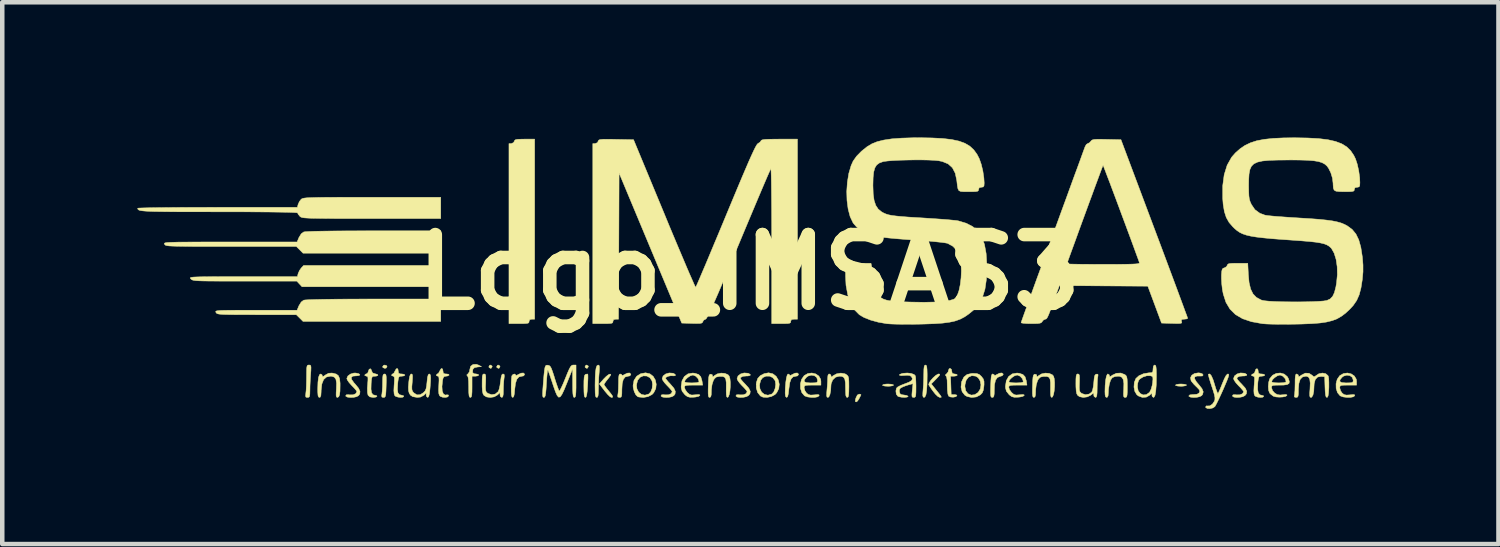
<source format=kicad_pcb>
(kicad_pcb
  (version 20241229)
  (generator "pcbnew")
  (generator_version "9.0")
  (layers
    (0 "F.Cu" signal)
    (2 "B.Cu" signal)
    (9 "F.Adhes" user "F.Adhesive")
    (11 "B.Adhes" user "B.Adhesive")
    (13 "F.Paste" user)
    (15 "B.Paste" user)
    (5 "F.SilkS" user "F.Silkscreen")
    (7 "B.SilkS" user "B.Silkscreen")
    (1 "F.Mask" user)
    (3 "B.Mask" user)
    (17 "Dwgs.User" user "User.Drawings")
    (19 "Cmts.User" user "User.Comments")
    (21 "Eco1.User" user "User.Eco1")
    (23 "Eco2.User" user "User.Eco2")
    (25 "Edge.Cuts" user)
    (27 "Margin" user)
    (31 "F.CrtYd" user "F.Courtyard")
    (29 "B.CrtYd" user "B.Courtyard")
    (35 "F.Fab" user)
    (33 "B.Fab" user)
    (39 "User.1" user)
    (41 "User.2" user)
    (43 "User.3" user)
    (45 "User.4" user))
  (footprint "Logo_IMSAS3"
    (layer "F.Cu")
    (at 13.573 2.988)
    (property "Reference" "Logo_IMSAS3" (at 0 0 0) (layer "F.SilkS") (effects (font (size 1.524 1.524) (thickness 0.3))))
    (attr through_hole)
    (fp_poly (pts (xy -8.046 2.074) (xy -8.037 2.096) (xy -8.057 2.126) (xy -8.086 2.133) (xy -8.127 2.118) (xy -8.136 2.096) (xy -8.115 2.066) (xy -8.086 2.059) (xy -8.046 2.074)) (stroke (width 0.01) (type solid)) (fill yes) (layer "F.SilkS"))
    (fp_poly (pts (xy -5.709 2.079) (xy -5.705 2.096) (xy -5.725 2.129) (xy -5.742 2.133) (xy -5.775 2.113) (xy -5.779 2.096) (xy -5.76 2.063) (xy -5.742 2.059) (xy -5.709 2.079)) (stroke (width 0.01) (type solid)) (fill yes) (layer "F.SilkS"))
    (fp_poly (pts (xy -5.536 2.079) (xy -5.531 2.096) (xy -5.551 2.129) (xy -5.569 2.133) (xy -5.602 2.113) (xy -5.606 2.096) (xy -5.586 2.063) (xy -5.569 2.059) (xy -5.536 2.079)) (stroke (width 0.01) (type solid)) (fill yes) (layer "F.SilkS"))
    (fp_poly (pts (xy -3.576 2.079) (xy -3.572 2.096) (xy -3.592 2.129) (xy -3.609 2.133) (xy -3.642 2.113) (xy -3.646 2.096) (xy -3.626 2.063) (xy -3.609 2.059) (xy -3.576 2.079)) (stroke (width 0.01) (type solid)) (fill yes) (layer "F.SilkS"))
    (fp_poly (pts (xy 2.472 2.712) (xy 2.476 2.722) (xy 2.432 2.807) (xy 2.402 2.855) (xy 2.378 2.875) (xy 2.367 2.877) (xy 2.349 2.866) (xy 2.353 2.826) (xy 2.363 2.791) (xy 2.395 2.725) (xy 2.437 2.704) (xy 2.472 2.712)) (stroke (width 0.01) (type solid)) (fill yes) (layer "F.SilkS"))
    (fp_poly (pts (xy 3.147 2.485) (xy 3.191 2.496) (xy 3.2 2.505) (xy 3.177 2.519) (xy 3.12 2.528) (xy 3.076 2.53) (xy 3.005 2.526) (xy 2.96 2.514) (xy 2.952 2.505) (xy 2.974 2.491) (xy 3.031 2.482) (xy 3.076 2.48) (xy 3.147 2.485)) (stroke (width 0.01) (type solid)) (fill yes) (layer "F.SilkS"))
    (fp_poly (pts (xy 9.645 2.485) (xy 9.69 2.496) (xy 9.699 2.505) (xy 9.676 2.519) (xy 9.619 2.528) (xy 9.575 2.53) (xy 9.504 2.526) (xy 9.459 2.514) (xy 9.451 2.505) (xy 9.473 2.491) (xy 9.53 2.482) (xy 9.575 2.48) (xy 9.645 2.485)) (stroke (width 0.01) (type solid)) (fill yes) (layer "F.SilkS"))
    (fp_poly (pts (xy -4.763 1.042) (xy -4.825 1.042) (xy -4.873 1.053) (xy -4.887 1.091) (xy -4.89 1.115) (xy -4.908 1.13) (xy -4.948 1.137) (xy -5.022 1.141) (xy -5.11 1.141) (xy -5.333 1.141) (xy -5.333 -2.853) (xy -5.281 -2.853) (xy -5.232 -2.874) (xy -5.216 -2.902) (xy -5.205 -2.926) (xy -5.182 -2.941) (xy -5.135 -2.948) (xy -5.055 -2.951) (xy -4.983 -2.952) (xy -4.763 -2.952) (xy -4.763 1.042)) (stroke (width 0.01) (type solid)) (fill yes) (layer "F.SilkS"))
    (fp_poly (pts (xy -3.584 2.262) (xy -3.581 2.289) (xy -3.581 2.356) (xy -3.585 2.449) (xy -3.589 2.525) (xy -3.598 2.648) (xy -3.609 2.726) (xy -3.623 2.768) (xy -3.638 2.778) (xy -3.654 2.767) (xy -3.664 2.727) (xy -3.669 2.653) (xy -3.671 2.537) (xy -3.671 2.529) (xy -3.67 2.411) (xy -3.665 2.334) (xy -3.655 2.29) (xy -3.639 2.269) (xy -3.633 2.266) (xy -3.594 2.258) (xy -3.584 2.262)) (stroke (width 0.01) (type solid)) (fill yes) (layer "F.SilkS"))
    (fp_poly (pts (xy 3.924 2.067) (xy 3.935 2.097) (xy 3.941 2.158) (xy 3.944 2.257) (xy 3.944 2.303) (xy 3.941 2.489) (xy 3.932 2.626) (xy 3.917 2.719) (xy 3.894 2.768) (xy 3.875 2.778) (xy 3.856 2.77) (xy 3.847 2.741) (xy 3.848 2.679) (xy 3.853 2.611) (xy 3.862 2.496) (xy 3.867 2.362) (xy 3.869 2.251) (xy 3.871 2.151) (xy 3.878 2.092) (xy 3.891 2.064) (xy 3.907 2.059) (xy 3.924 2.067)) (stroke (width 0.01) (type solid)) (fill yes) (layer "F.SilkS"))
    (fp_poly (pts (xy -3.335 2.066) (xy -3.326 2.096) (xy -3.327 2.158) (xy -3.332 2.226) (xy -3.341 2.341) (xy -3.346 2.475) (xy -3.348 2.586) (xy -3.35 2.686) (xy -3.357 2.745) (xy -3.37 2.773) (xy -3.386 2.778) (xy -3.403 2.77) (xy -3.414 2.741) (xy -3.42 2.684) (xy -3.422 2.589) (xy -3.423 2.511) (xy -3.42 2.339) (xy -3.413 2.211) (xy -3.4 2.125) (xy -3.382 2.076) (xy -3.356 2.059) (xy -3.354 2.059) (xy -3.335 2.066)) (stroke (width 0.01) (type solid)) (fill yes) (layer "F.SilkS"))
    (fp_poly (pts (xy -8.073 2.262) (xy -8.061 2.281) (xy -8.055 2.324) (xy -8.054 2.399) (xy -8.057 2.514) (xy -8.057 2.518) (xy -8.061 2.634) (xy -8.066 2.709) (xy -8.075 2.752) (xy -8.089 2.773) (xy -8.109 2.778) (xy -8.116 2.778) (xy -8.15 2.771) (xy -8.158 2.741) (xy -8.151 2.701) (xy -8.144 2.637) (xy -8.138 2.543) (xy -8.136 2.441) (xy -8.136 2.44) (xy -8.134 2.345) (xy -8.128 2.29) (xy -8.115 2.264) (xy -8.093 2.257) (xy -8.093 2.257) (xy -8.073 2.262)) (stroke (width 0.01) (type solid)) (fill yes) (layer "F.SilkS"))
    (fp_poly (pts (xy -3.073 2.265) (xy -3.08 2.29) (xy -3.117 2.342) (xy -3.136 2.365) (xy -3.185 2.427) (xy -3.217 2.475) (xy -3.225 2.492) (xy -3.21 2.519) (xy -3.171 2.572) (xy -3.125 2.629) (xy -3.065 2.704) (xy -3.035 2.748) (xy -3.032 2.771) (xy -3.053 2.778) (xy -3.062 2.778) (xy -3.093 2.76) (xy -3.144 2.711) (xy -3.203 2.641) (xy -3.213 2.628) (xy -3.328 2.478) (xy -3.233 2.37) (xy -3.174 2.311) (xy -3.12 2.27) (xy -3.093 2.26) (xy -3.073 2.265)) (stroke (width 0.01) (type solid)) (fill yes) (layer "F.SilkS"))
    (fp_poly (pts (xy 4.224 2.262) (xy 4.222 2.28) (xy 4.19 2.319) (xy 4.144 2.368) (xy 4.035 2.478) (xy 4.13 2.597) (xy 4.198 2.682) (xy 4.239 2.735) (xy 4.256 2.764) (xy 4.255 2.776) (xy 4.238 2.778) (xy 4.225 2.778) (xy 4.183 2.758) (xy 4.126 2.704) (xy 4.085 2.653) (xy 4.034 2.583) (xy 3.995 2.525) (xy 3.979 2.497) (xy 3.987 2.458) (xy 4.023 2.402) (xy 4.076 2.342) (xy 4.133 2.291) (xy 4.183 2.261) (xy 4.199 2.257) (xy 4.224 2.262)) (stroke (width 0.01) (type solid)) (fill yes) (layer "F.SilkS"))
    (fp_poly (pts (xy -9.743 2.061) (xy -9.729 2.076) (xy -9.724 2.111) (xy -9.726 2.179) (xy -9.732 2.263) (xy -9.74 2.386) (xy -9.746 2.513) (xy -9.748 2.619) (xy -9.748 2.623) (xy -9.75 2.708) (xy -9.757 2.755) (xy -9.773 2.774) (xy -9.801 2.778) (xy -9.835 2.773) (xy -9.845 2.747) (xy -9.839 2.687) (xy -9.839 2.685) (xy -9.832 2.621) (xy -9.827 2.523) (xy -9.824 2.405) (xy -9.823 2.325) (xy -9.822 2.208) (xy -9.82 2.131) (xy -9.813 2.087) (xy -9.801 2.065) (xy -9.781 2.059) (xy -9.769 2.059) (xy -9.743 2.061)) (stroke (width 0.01) (type solid)) (fill yes) (layer "F.SilkS"))
    (fp_poly (pts (xy -4.987 2.259) (xy -4.986 2.27) (xy -5.007 2.3) (xy -5.044 2.307) (xy -5.111 2.323) (xy -5.158 2.375) (xy -5.188 2.466) (xy -5.204 2.592) (xy -5.213 2.695) (xy -5.226 2.755) (xy -5.245 2.778) (xy -5.249 2.778) (xy -5.266 2.766) (xy -5.277 2.726) (xy -5.282 2.651) (xy -5.283 2.557) (xy -5.282 2.453) (xy -5.277 2.365) (xy -5.271 2.308) (xy -5.268 2.296) (xy -5.241 2.266) (xy -5.206 2.258) (xy -5.185 2.276) (xy -5.184 2.283) (xy -5.167 2.291) (xy -5.129 2.271) (xy -5.066 2.24) (xy -5.014 2.235) (xy -4.987 2.259)) (stroke (width 0.01) (type solid)) (fill yes) (layer "F.SilkS"))
    (fp_poly (pts (xy 1.09 2.259) (xy 1.091 2.27) (xy 1.07 2.3) (xy 1.033 2.307) (xy 0.971 2.321) (xy 0.926 2.368) (xy 0.896 2.452) (xy 0.878 2.579) (xy 0.877 2.588) (xy 0.865 2.694) (xy 0.85 2.756) (xy 0.83 2.778) (xy 0.827 2.778) (xy 0.802 2.755) (xy 0.794 2.685) (xy 0.794 2.685) (xy 0.798 2.556) (xy 0.808 2.439) (xy 0.822 2.345) (xy 0.84 2.281) (xy 0.859 2.257) (xy 0.859 2.257) (xy 0.89 2.273) (xy 0.893 2.283) (xy 0.91 2.291) (xy 0.948 2.271) (xy 1.011 2.24) (xy 1.063 2.235) (xy 1.09 2.259)) (stroke (width 0.01) (type solid)) (fill yes) (layer "F.SilkS"))
    (fp_poly (pts (xy 5.629 2.257) (xy 5.631 2.268) (xy 5.609 2.297) (xy 5.563 2.311) (xy 5.502 2.336) (xy 5.461 2.395) (xy 5.438 2.493) (xy 5.433 2.611) (xy 5.431 2.701) (xy 5.423 2.752) (xy 5.408 2.774) (xy 5.389 2.778) (xy 5.37 2.774) (xy 5.357 2.754) (xy 5.352 2.712) (xy 5.35 2.637) (xy 5.353 2.521) (xy 5.353 2.518) (xy 5.358 2.397) (xy 5.365 2.318) (xy 5.376 2.275) (xy 5.391 2.258) (xy 5.397 2.257) (xy 5.429 2.272) (xy 5.432 2.283) (xy 5.449 2.291) (xy 5.487 2.271) (xy 5.55 2.24) (xy 5.602 2.235) (xy 5.629 2.257)) (stroke (width 0.01) (type solid)) (fill yes) (layer "F.SilkS"))
    (fp_poly (pts (xy -2.631 2.259) (xy -2.629 2.27) (xy -2.651 2.3) (xy -2.69 2.307) (xy -2.754 2.324) (xy -2.797 2.379) (xy -2.821 2.474) (xy -2.828 2.598) (xy -2.829 2.691) (xy -2.834 2.745) (xy -2.847 2.77) (xy -2.87 2.778) (xy -2.88 2.778) (xy -2.918 2.769) (xy -2.92 2.733) (xy -2.918 2.722) (xy -2.911 2.672) (xy -2.905 2.588) (xy -2.903 2.486) (xy -2.902 2.462) (xy -2.901 2.358) (xy -2.894 2.295) (xy -2.882 2.265) (xy -2.865 2.257) (xy -2.832 2.271) (xy -2.828 2.283) (xy -2.811 2.291) (xy -2.773 2.271) (xy -2.71 2.24) (xy -2.658 2.235) (xy -2.631 2.259)) (stroke (width 0.01) (type solid)) (fill yes) (layer "F.SilkS"))
    (fp_poly (pts (xy 4.482 2.155) (xy 4.49 2.195) (xy 4.5 2.242) (xy 4.54 2.257) (xy 4.552 2.257) (xy 4.598 2.266) (xy 4.614 2.282) (xy 4.592 2.299) (xy 4.54 2.307) (xy 4.538 2.307) (xy 4.463 2.307) (xy 4.47 2.511) (xy 4.477 2.716) (xy 4.546 2.715) (xy 4.592 2.722) (xy 4.606 2.74) (xy 4.576 2.763) (xy 4.52 2.773) (xy 4.461 2.768) (xy 4.421 2.749) (xy 4.404 2.705) (xy 4.393 2.617) (xy 4.39 2.515) (xy 4.387 2.397) (xy 4.376 2.325) (xy 4.359 2.298) (xy 4.346 2.28) (xy 4.372 2.257) (xy 4.408 2.213) (xy 4.415 2.182) (xy 4.431 2.142) (xy 4.452 2.133) (xy 4.482 2.155)) (stroke (width 0.01) (type solid)) (fill yes) (layer "F.SilkS"))
    (fp_poly (pts (xy -6.846 0.322) (xy -9.924 0.322) (xy -9.982 0.26) (xy -10.039 0.198) (xy -11.192 0.198) (xy -11.461 0.198) (xy -11.685 0.198) (xy -11.868 0.197) (xy -12.015 0.196) (xy -12.129 0.194) (xy -12.215 0.191) (xy -12.279 0.187) (xy -12.323 0.181) (xy -12.352 0.174) (xy -12.371 0.165) (xy -12.384 0.155) (xy -12.39 0.149) (xy -12.399 0.137) (xy -12.403 0.128) (xy -12.397 0.12) (xy -12.377 0.114) (xy -12.339 0.109) (xy -12.28 0.106) (xy -12.195 0.103) (xy -12.08 0.101) (xy -11.932 0.1) (xy -11.746 0.099) (xy -11.519 0.099) (xy -11.246 0.099) (xy -10.026 0.099) (xy -10.01 0.031) (xy -9.979 -0.039) (xy -9.941 -0.093) (xy -9.888 -0.149) (xy -6.846 -0.149) (xy -6.846 0.322)) (stroke (width 0.01) (type solid)) (fill yes) (layer "F.SilkS"))
    (fp_poly (pts (xy -8.663 2.252) (xy -8.639 2.273) (xy -8.656 2.292) (xy -8.717 2.3) (xy -8.719 2.299) (xy -8.796 2.306) (xy -8.831 2.333) (xy -8.822 2.381) (xy -8.771 2.453) (xy -8.742 2.485) (xy -8.669 2.574) (xy -8.637 2.644) (xy -8.643 2.702) (xy -8.671 2.739) (xy -8.716 2.763) (xy -8.783 2.777) (xy -8.855 2.779) (xy -8.916 2.771) (xy -8.951 2.752) (xy -8.954 2.742) (xy -8.941 2.72) (xy -8.896 2.717) (xy -8.868 2.721) (xy -8.79 2.72) (xy -8.732 2.695) (xy -8.707 2.653) (xy -8.706 2.649) (xy -8.723 2.62) (xy -8.766 2.57) (xy -8.818 2.516) (xy -8.877 2.451) (xy -8.918 2.392) (xy -8.93 2.358) (xy -8.907 2.303) (xy -8.85 2.26) (xy -8.773 2.237) (xy -8.729 2.237) (xy -8.663 2.252)) (stroke (width 0.01) (type solid)) (fill yes) (layer "F.SilkS"))
    (fp_poly (pts (xy -6.009 2.06) (xy -5.941 2.095) (xy -6.031 2.103) (xy -6.099 2.118) (xy -6.131 2.151) (xy -6.135 2.164) (xy -6.14 2.224) (xy -6.108 2.252) (xy -6.063 2.257) (xy -6.017 2.266) (xy -6.003 2.282) (xy -6.024 2.299) (xy -6.076 2.307) (xy -6.077 2.307) (xy -6.152 2.307) (xy -6.152 2.542) (xy -6.153 2.655) (xy -6.158 2.726) (xy -6.167 2.764) (xy -6.183 2.778) (xy -6.189 2.778) (xy -6.207 2.77) (xy -6.218 2.739) (xy -6.224 2.677) (xy -6.226 2.576) (xy -6.226 2.545) (xy -6.229 2.42) (xy -6.237 2.34) (xy -6.251 2.302) (xy -6.257 2.298) (xy -6.27 2.28) (xy -6.245 2.257) (xy -6.211 2.211) (xy -6.201 2.156) (xy -6.182 2.086) (xy -6.13 2.047) (xy -6.058 2.043) (xy -6.009 2.06)) (stroke (width 0.01) (type solid)) (fill yes) (layer "F.SilkS"))
    (fp_poly (pts (xy -2.207 2.254) (xy -2.134 2.31) (xy -2.086 2.391) (xy -2.066 2.486) (xy -2.076 2.583) (xy -2.121 2.673) (xy -2.161 2.715) (xy -2.247 2.76) (xy -2.353 2.779) (xy -2.455 2.768) (xy -2.475 2.762) (xy -2.517 2.723) (xy -2.553 2.652) (xy -2.576 2.567) (xy -2.58 2.518) (xy -2.576 2.497) (xy -2.504 2.497) (xy -2.494 2.588) (xy -2.455 2.662) (xy -2.393 2.712) (xy -2.316 2.727) (xy -2.232 2.703) (xy -2.187 2.655) (xy -2.157 2.577) (xy -2.148 2.487) (xy -2.16 2.411) (xy -2.206 2.341) (xy -2.276 2.303) (xy -2.354 2.3) (xy -2.426 2.332) (xy -2.478 2.398) (xy -2.504 2.497) (xy -2.576 2.497) (xy -2.559 2.399) (xy -2.5 2.308) (xy -2.409 2.251) (xy -2.302 2.232) (xy -2.207 2.254)) (stroke (width 0.01) (type solid)) (fill yes) (layer "F.SilkS"))
    (fp_poly (pts (xy 9.998 2.237) (xy 10.047 2.254) (xy 10.066 2.28) (xy 10.053 2.301) (xy 10.017 2.304) (xy 9.928 2.304) (xy 9.881 2.323) (xy 9.877 2.364) (xy 9.915 2.429) (xy 9.971 2.496) (xy 10.04 2.583) (xy 10.068 2.653) (xy 10.054 2.711) (xy 10.032 2.739) (xy 9.987 2.762) (xy 9.921 2.776) (xy 9.849 2.779) (xy 9.787 2.772) (xy 9.752 2.755) (xy 9.748 2.745) (xy 9.769 2.722) (xy 9.834 2.714) (xy 9.85 2.714) (xy 9.931 2.707) (xy 9.976 2.678) (xy 9.981 2.671) (xy 9.992 2.639) (xy 9.977 2.604) (xy 9.93 2.554) (xy 9.917 2.542) (xy 9.857 2.482) (xy 9.811 2.426) (xy 9.798 2.407) (xy 9.785 2.341) (xy 9.813 2.286) (xy 9.874 2.247) (xy 9.958 2.233) (xy 9.998 2.237)) (stroke (width 0.01) (type solid)) (fill yes) (layer "F.SilkS"))
    (fp_poly (pts (xy -0.034 2.241) (xy -0.014 2.247) (xy 0.022 2.271) (xy 0.015 2.292) (xy -0.032 2.302) (xy -0.058 2.302) (xy -0.143 2.309) (xy -0.19 2.334) (xy -0.198 2.357) (xy -0.182 2.385) (xy -0.139 2.435) (xy -0.087 2.489) (xy -0.012 2.573) (xy 0.02 2.641) (xy 0.012 2.698) (xy -0.021 2.737) (xy -0.069 2.762) (xy -0.137 2.776) (xy -0.208 2.779) (xy -0.267 2.77) (xy -0.297 2.749) (xy -0.298 2.742) (xy -0.285 2.72) (xy -0.239 2.717) (xy -0.211 2.721) (xy -0.134 2.72) (xy -0.076 2.696) (xy -0.05 2.655) (xy -0.05 2.65) (xy -0.066 2.622) (xy -0.109 2.572) (xy -0.161 2.519) (xy -0.22 2.454) (xy -0.261 2.395) (xy -0.273 2.36) (xy -0.251 2.301) (xy -0.194 2.257) (xy -0.117 2.235) (xy -0.034 2.241)) (stroke (width 0.01) (type solid)) (fill yes) (layer "F.SilkS"))
    (fp_poly (pts (xy 0.521 2.254) (xy 0.594 2.31) (xy 0.642 2.391) (xy 0.663 2.486) (xy 0.652 2.583) (xy 0.607 2.673) (xy 0.568 2.715) (xy 0.488 2.758) (xy 0.393 2.778) (xy 0.302 2.772) (xy 0.246 2.746) (xy 0.184 2.67) (xy 0.153 2.568) (xy 0.153 2.496) (xy 0.225 2.496) (xy 0.235 2.587) (xy 0.273 2.662) (xy 0.334 2.711) (xy 0.412 2.728) (xy 0.497 2.703) (xy 0.541 2.656) (xy 0.571 2.578) (xy 0.584 2.491) (xy 0.573 2.412) (xy 0.57 2.405) (xy 0.52 2.339) (xy 0.448 2.306) (xy 0.369 2.306) (xy 0.297 2.338) (xy 0.252 2.396) (xy 0.225 2.496) (xy 0.153 2.496) (xy 0.153 2.457) (xy 0.185 2.358) (xy 0.242 2.295) (xy 0.329 2.25) (xy 0.426 2.232) (xy 0.427 2.232) (xy 0.521 2.254)) (stroke (width 0.01) (type solid)) (fill yes) (layer "F.SilkS"))
    (fp_poly (pts (xy 10.979 2.241) (xy 10.999 2.247) (xy 11.036 2.271) (xy 11.028 2.292) (xy 10.981 2.302) (xy 10.955 2.302) (xy 10.871 2.309) (xy 10.823 2.334) (xy 10.815 2.357) (xy 10.831 2.385) (xy 10.874 2.435) (xy 10.926 2.489) (xy 11.001 2.573) (xy 11.033 2.641) (xy 11.025 2.698) (xy 10.993 2.737) (xy 10.944 2.762) (xy 10.876 2.776) (xy 10.805 2.779) (xy 10.746 2.77) (xy 10.717 2.749) (xy 10.716 2.742) (xy 10.729 2.72) (xy 10.774 2.717) (xy 10.802 2.721) (xy 10.879 2.72) (xy 10.938 2.696) (xy 10.963 2.655) (xy 10.964 2.65) (xy 10.947 2.622) (xy 10.904 2.572) (xy 10.852 2.519) (xy 10.793 2.454) (xy 10.753 2.395) (xy 10.74 2.36) (xy 10.762 2.301) (xy 10.819 2.257) (xy 10.896 2.235) (xy 10.979 2.241)) (stroke (width 0.01) (type solid)) (fill yes) (layer "F.SilkS"))
    (fp_poly (pts (xy -6.846 1.091) (xy -9.901 1.091) (xy -10.05 0.943) (xy -10.928 0.943) (xy -11.159 0.942) (xy -11.347 0.942) (xy -11.494 0.941) (xy -11.607 0.939) (xy -11.69 0.936) (xy -11.748 0.931) (xy -11.786 0.925) (xy -11.81 0.917) (xy -11.823 0.906) (xy -11.832 0.893) (xy -11.838 0.88) (xy -11.837 0.87) (xy -11.826 0.861) (xy -11.798 0.855) (xy -11.751 0.85) (xy -11.679 0.847) (xy -11.577 0.845) (xy -11.442 0.844) (xy -11.268 0.843) (xy -11.05 0.843) (xy -10.946 0.843) (xy -10.033 0.843) (xy -9.992 0.744) (xy -9.941 0.661) (xy -9.885 0.62) (xy -9.845 0.615) (xy -9.758 0.61) (xy -9.625 0.606) (xy -9.448 0.602) (xy -9.23 0.599) (xy -8.973 0.597) (xy -8.678 0.596) (xy -8.347 0.595) (xy -8.333 0.595) (xy -6.846 0.595) (xy -6.846 1.091)) (stroke (width 0.01) (type solid)) (fill yes) (layer "F.SilkS"))
    (fp_poly (pts (xy -1.697 2.241) (xy -1.676 2.247) (xy -1.641 2.274) (xy -1.645 2.297) (xy -1.685 2.3) (xy -1.689 2.299) (xy -1.745 2.297) (xy -1.805 2.31) (xy -1.849 2.332) (xy -1.86 2.351) (xy -1.844 2.378) (xy -1.802 2.429) (xy -1.749 2.486) (xy -1.674 2.574) (xy -1.642 2.644) (xy -1.649 2.703) (xy -1.676 2.739) (xy -1.721 2.763) (xy -1.788 2.777) (xy -1.86 2.779) (xy -1.922 2.771) (xy -1.957 2.752) (xy -1.96 2.742) (xy -1.947 2.72) (xy -1.901 2.717) (xy -1.873 2.721) (xy -1.795 2.72) (xy -1.737 2.695) (xy -1.712 2.653) (xy -1.712 2.649) (xy -1.728 2.62) (xy -1.771 2.57) (xy -1.823 2.516) (xy -1.882 2.452) (xy -1.923 2.393) (xy -1.935 2.359) (xy -1.913 2.301) (xy -1.856 2.257) (xy -1.779 2.235) (xy -1.697 2.241)) (stroke (width 0.01) (type solid)) (fill yes) (layer "F.SilkS"))
    (fp_poly (pts (xy -8.384 2.169) (xy -8.38 2.188) (xy -8.357 2.235) (xy -8.303 2.253) (xy -8.248 2.268) (xy -8.239 2.289) (xy -8.275 2.305) (xy -8.307 2.307) (xy -8.345 2.309) (xy -8.367 2.323) (xy -8.379 2.359) (xy -8.387 2.429) (xy -8.39 2.474) (xy -8.393 2.596) (xy -8.38 2.675) (xy -8.35 2.718) (xy -8.309 2.729) (xy -8.269 2.739) (xy -8.26 2.753) (xy -8.282 2.77) (xy -8.335 2.778) (xy -8.346 2.778) (xy -8.419 2.766) (xy -8.459 2.728) (xy -8.472 2.669) (xy -8.474 2.57) (xy -8.468 2.493) (xy -8.461 2.397) (xy -8.461 2.341) (xy -8.47 2.314) (xy -8.489 2.307) (xy -8.492 2.307) (xy -8.527 2.294) (xy -8.533 2.282) (xy -8.513 2.26) (xy -8.497 2.257) (xy -8.466 2.236) (xy -8.454 2.203) (xy -8.435 2.154) (xy -8.407 2.141) (xy -8.384 2.169)) (stroke (width 0.01) (type solid)) (fill yes) (layer "F.SilkS"))
    (fp_poly (pts (xy -6.803 2.154) (xy -6.796 2.195) (xy -6.789 2.239) (xy -6.755 2.256) (xy -6.721 2.257) (xy -6.671 2.264) (xy -6.66 2.281) (xy -6.66 2.282) (xy -6.694 2.302) (xy -6.733 2.307) (xy -6.773 2.316) (xy -6.795 2.353) (xy -6.805 2.4) (xy -6.819 2.534) (xy -6.813 2.636) (xy -6.787 2.701) (xy -6.744 2.726) (xy -6.71 2.72) (xy -6.678 2.723) (xy -6.672 2.742) (xy -6.693 2.767) (xy -6.742 2.778) (xy -6.802 2.774) (xy -6.855 2.755) (xy -6.871 2.74) (xy -6.888 2.698) (xy -6.894 2.621) (xy -6.889 2.505) (xy -6.884 2.403) (xy -6.886 2.343) (xy -6.895 2.313) (xy -6.91 2.307) (xy -6.942 2.293) (xy -6.945 2.282) (xy -6.926 2.258) (xy -6.92 2.257) (xy -6.893 2.237) (xy -6.871 2.195) (xy -6.845 2.149) (xy -6.822 2.133) (xy -6.803 2.154)) (stroke (width 0.01) (type solid)) (fill yes) (layer "F.SilkS"))
    (fp_poly (pts (xy 5.047 2.249) (xy 5.1 2.269) (xy 5.146 2.311) (xy 5.152 2.318) (xy 5.189 2.368) (xy 5.205 2.419) (xy 5.206 2.491) (xy 5.203 2.526) (xy 5.19 2.616) (xy 5.166 2.676) (xy 5.125 2.72) (xy 5.036 2.767) (xy 4.931 2.779) (xy 4.829 2.757) (xy 4.779 2.727) (xy 4.72 2.652) (xy 4.695 2.551) (xy 4.696 2.539) (xy 4.781 2.539) (xy 4.8 2.632) (xy 4.85 2.696) (xy 4.92 2.726) (xy 4.999 2.717) (xy 5.074 2.668) (xy 5.122 2.59) (xy 5.137 2.5) (xy 5.12 2.412) (xy 5.075 2.34) (xy 5.021 2.306) (xy 4.935 2.295) (xy 4.862 2.327) (xy 4.809 2.396) (xy 4.783 2.497) (xy 4.781 2.539) (xy 4.696 2.539) (xy 4.706 2.44) (xy 4.711 2.423) (xy 4.759 2.326) (xy 4.829 2.269) (xy 4.929 2.246) (xy 4.966 2.245) (xy 5.047 2.249)) (stroke (width 0.01) (type solid)) (fill yes) (layer "F.SilkS"))
    (fp_poly (pts (xy -9.235 2.241) (xy -9.163 2.26) (xy -9.116 2.297) (xy -9.09 2.361) (xy -9.079 2.46) (xy -9.079 2.52) (xy -9.081 2.641) (xy -9.091 2.72) (xy -9.109 2.763) (xy -9.137 2.778) (xy -9.142 2.778) (xy -9.159 2.768) (xy -9.167 2.733) (xy -9.166 2.663) (xy -9.161 2.585) (xy -9.158 2.46) (xy -9.171 2.377) (xy -9.205 2.329) (xy -9.263 2.308) (xy -9.293 2.307) (xy -9.381 2.325) (xy -9.444 2.382) (xy -9.483 2.479) (xy -9.499 2.618) (xy -9.5 2.66) (xy -9.505 2.736) (xy -9.52 2.772) (xy -9.537 2.778) (xy -9.557 2.768) (xy -9.569 2.733) (xy -9.574 2.662) (xy -9.575 2.595) (xy -9.57 2.44) (xy -9.557 2.333) (xy -9.535 2.273) (xy -9.509 2.257) (xy -9.479 2.277) (xy -9.475 2.295) (xy -9.468 2.315) (xy -9.439 2.305) (xy -9.403 2.279) (xy -9.335 2.242) (xy -9.261 2.237) (xy -9.235 2.241)) (stroke (width 0.01) (type solid)) (fill yes) (layer "F.SilkS"))
    (fp_poly (pts (xy -7.795 2.154) (xy -7.789 2.195) (xy -7.781 2.24) (xy -7.747 2.256) (xy -7.714 2.257) (xy -7.662 2.264) (xy -7.64 2.282) (xy -7.64 2.282) (xy -7.661 2.3) (xy -7.712 2.307) (xy -7.749 2.309) (xy -7.772 2.323) (xy -7.786 2.359) (xy -7.796 2.427) (xy -7.801 2.481) (xy -7.807 2.598) (xy -7.796 2.675) (xy -7.765 2.716) (xy -7.712 2.729) (xy -7.711 2.729) (xy -7.673 2.74) (xy -7.665 2.753) (xy -7.685 2.772) (xy -7.735 2.778) (xy -7.794 2.771) (xy -7.846 2.754) (xy -7.864 2.74) (xy -7.88 2.7) (xy -7.886 2.628) (xy -7.881 2.515) (xy -7.88 2.505) (xy -7.874 2.404) (xy -7.874 2.344) (xy -7.883 2.315) (xy -7.901 2.307) (xy -7.934 2.293) (xy -7.938 2.282) (xy -7.919 2.258) (xy -7.912 2.257) (xy -7.885 2.237) (xy -7.863 2.195) (xy -7.837 2.149) (xy -7.814 2.133) (xy -7.795 2.154)) (stroke (width 0.01) (type solid)) (fill yes) (layer "F.SilkS"))
    (fp_poly (pts (xy 11.282 2.163) (xy 11.286 2.193) (xy 11.294 2.239) (xy 11.327 2.256) (xy 11.361 2.257) (xy 11.413 2.264) (xy 11.435 2.282) (xy 11.435 2.282) (xy 11.413 2.3) (xy 11.364 2.307) (xy 11.326 2.309) (xy 11.304 2.324) (xy 11.291 2.362) (xy 11.281 2.434) (xy 11.278 2.471) (xy 11.274 2.596) (xy 11.289 2.678) (xy 11.324 2.72) (xy 11.361 2.729) (xy 11.401 2.739) (xy 11.41 2.753) (xy 11.39 2.772) (xy 11.34 2.778) (xy 11.28 2.772) (xy 11.229 2.754) (xy 11.212 2.741) (xy 11.196 2.702) (xy 11.191 2.632) (xy 11.196 2.523) (xy 11.198 2.505) (xy 11.205 2.406) (xy 11.206 2.346) (xy 11.198 2.316) (xy 11.18 2.307) (xy 11.176 2.307) (xy 11.142 2.294) (xy 11.137 2.282) (xy 11.157 2.26) (xy 11.173 2.257) (xy 11.204 2.236) (xy 11.216 2.203) (xy 11.235 2.153) (xy 11.262 2.139) (xy 11.282 2.163)) (stroke (width 0.01) (type solid)) (fill yes) (layer "F.SilkS"))
    (fp_poly (pts (xy -6.846 -0.422) (xy -9.901 -0.422) (xy -10.05 -0.571) (xy -11.498 -0.571) (xy -11.802 -0.571) (xy -12.061 -0.571) (xy -12.277 -0.571) (xy -12.455 -0.572) (xy -12.599 -0.574) (xy -12.713 -0.576) (xy -12.8 -0.579) (xy -12.863 -0.582) (xy -12.908 -0.587) (xy -12.938 -0.593) (xy -12.956 -0.601) (xy -12.966 -0.61) (xy -12.973 -0.62) (xy -12.978 -0.63) (xy -12.978 -0.639) (xy -12.969 -0.647) (xy -12.949 -0.653) (xy -12.912 -0.658) (xy -12.857 -0.661) (xy -12.778 -0.664) (xy -12.673 -0.667) (xy -12.538 -0.668) (xy -12.369 -0.669) (xy -12.162 -0.67) (xy -11.914 -0.67) (xy -11.621 -0.67) (xy -11.516 -0.67) (xy -10.033 -0.67) (xy -9.992 -0.769) (xy -9.941 -0.852) (xy -9.885 -0.893) (xy -9.845 -0.898) (xy -9.758 -0.903) (xy -9.625 -0.908) (xy -9.448 -0.911) (xy -9.23 -0.914) (xy -8.973 -0.916) (xy -8.678 -0.917) (xy -8.347 -0.918) (xy -8.333 -0.918) (xy -6.846 -0.918) (xy -6.846 -0.422)) (stroke (width 0.01) (type solid)) (fill yes) (layer "F.SilkS"))
    (fp_poly (pts (xy -7.085 2.264) (xy -7.074 2.29) (xy -7.07 2.342) (xy -7.073 2.428) (xy -7.082 2.553) (xy -7.085 2.588) (xy -7.097 2.694) (xy -7.113 2.756) (xy -7.132 2.778) (xy -7.135 2.778) (xy -7.162 2.757) (xy -7.169 2.729) (xy -7.169 2.679) (xy -7.218 2.729) (xy -7.295 2.77) (xy -7.367 2.778) (xy -7.467 2.761) (xy -7.516 2.729) (xy -7.545 2.687) (xy -7.561 2.629) (xy -7.564 2.546) (xy -7.554 2.427) (xy -7.549 2.387) (xy -7.533 2.302) (xy -7.511 2.261) (xy -7.498 2.257) (xy -7.48 2.265) (xy -7.472 2.296) (xy -7.473 2.359) (xy -7.479 2.441) (xy -7.487 2.537) (xy -7.486 2.598) (xy -7.474 2.638) (xy -7.45 2.67) (xy -7.444 2.676) (xy -7.375 2.721) (xy -7.303 2.718) (xy -7.231 2.673) (xy -7.195 2.635) (xy -7.173 2.588) (xy -7.159 2.517) (xy -7.151 2.437) (xy -7.14 2.334) (xy -7.124 2.276) (xy -7.103 2.257) (xy -7.103 2.257) (xy -7.085 2.264)) (stroke (width 0.01) (type solid)) (fill yes) (layer "F.SilkS"))
    (fp_poly (pts (xy 8.328 2.271) (xy 8.329 2.271) (xy 8.355 2.293) (xy 8.371 2.324) (xy 8.38 2.373) (xy 8.383 2.452) (xy 8.384 2.544) (xy 8.383 2.653) (xy 8.379 2.722) (xy 8.371 2.76) (xy 8.355 2.776) (xy 8.338 2.778) (xy 8.315 2.774) (xy 8.302 2.753) (xy 8.299 2.706) (xy 8.302 2.622) (xy 8.304 2.596) (xy 8.307 2.469) (xy 8.294 2.383) (xy 8.264 2.332) (xy 8.212 2.309) (xy 8.177 2.307) (xy 8.106 2.316) (xy 8.052 2.339) (xy 8.014 2.391) (xy 7.985 2.481) (xy 7.967 2.594) (xy 7.963 2.673) (xy 7.957 2.744) (xy 7.938 2.775) (xy 7.925 2.778) (xy 7.902 2.765) (xy 7.891 2.721) (xy 7.888 2.648) (xy 7.892 2.509) (xy 7.903 2.393) (xy 7.92 2.309) (xy 7.941 2.263) (xy 7.953 2.257) (xy 7.983 2.277) (xy 7.987 2.296) (xy 7.993 2.318) (xy 8.019 2.308) (xy 8.052 2.284) (xy 8.141 2.242) (xy 8.24 2.237) (xy 8.328 2.271)) (stroke (width 0.01) (type solid)) (fill yes) (layer "F.SilkS"))
    (fp_poly (pts (xy 10.249 2.299) (xy 10.288 2.389) (xy 10.319 2.489) (xy 10.347 2.581) (xy 10.372 2.651) (xy 10.389 2.688) (xy 10.394 2.691) (xy 10.41 2.665) (xy 10.438 2.603) (xy 10.473 2.517) (xy 10.492 2.469) (xy 10.538 2.359) (xy 10.574 2.292) (xy 10.604 2.261) (xy 10.618 2.257) (xy 10.632 2.264) (xy 10.634 2.287) (xy 10.621 2.334) (xy 10.592 2.41) (xy 10.545 2.521) (xy 10.512 2.598) (xy 10.456 2.722) (xy 10.405 2.831) (xy 10.362 2.918) (xy 10.332 2.972) (xy 10.324 2.983) (xy 10.279 3.012) (xy 10.219 3.026) (xy 10.162 3.024) (xy 10.126 3.005) (xy 10.12 2.99) (xy 10.137 2.965) (xy 10.156 2.967) (xy 10.214 2.965) (xy 10.272 2.926) (xy 10.316 2.86) (xy 10.327 2.822) (xy 10.327 2.778) (xy 10.315 2.716) (xy 10.288 2.626) (xy 10.257 2.532) (xy 10.223 2.427) (xy 10.197 2.34) (xy 10.183 2.282) (xy 10.181 2.262) (xy 10.214 2.257) (xy 10.249 2.299)) (stroke (width 0.01) (type solid)) (fill yes) (layer "F.SilkS"))
    (fp_poly (pts (xy -0.542 2.245) (xy -0.473 2.275) (xy -0.447 2.306) (xy -0.43 2.365) (xy -0.422 2.447) (xy -0.423 2.541) (xy -0.431 2.634) (xy -0.446 2.713) (xy -0.467 2.765) (xy -0.486 2.778) (xy -0.502 2.765) (xy -0.511 2.723) (xy -0.514 2.642) (xy -0.513 2.567) (xy -0.513 2.449) (xy -0.523 2.373) (xy -0.548 2.33) (xy -0.593 2.313) (xy -0.663 2.312) (xy -0.67 2.313) (xy -0.734 2.326) (xy -0.776 2.364) (xy -0.8 2.406) (xy -0.829 2.498) (xy -0.843 2.613) (xy -0.843 2.635) (xy -0.846 2.719) (xy -0.857 2.764) (xy -0.878 2.778) (xy -0.881 2.778) (xy -0.899 2.771) (xy -0.909 2.745) (xy -0.914 2.691) (xy -0.914 2.601) (xy -0.912 2.524) (xy -0.908 2.408) (xy -0.902 2.332) (xy -0.892 2.288) (xy -0.877 2.268) (xy -0.862 2.262) (xy -0.825 2.272) (xy -0.819 2.294) (xy -0.814 2.322) (xy -0.793 2.31) (xy -0.781 2.298) (xy -0.712 2.256) (xy -0.627 2.238) (xy -0.542 2.245)) (stroke (width 0.01) (type solid)) (fill yes) (layer "F.SilkS"))
    (fp_poly (pts (xy 2.119 2.253) (xy 2.145 2.267) (xy 2.174 2.289) (xy 2.193 2.316) (xy 2.203 2.359) (xy 2.207 2.429) (xy 2.208 2.537) (xy 2.208 2.543) (xy 2.206 2.655) (xy 2.201 2.726) (xy 2.192 2.764) (xy 2.176 2.778) (xy 2.17 2.778) (xy 2.152 2.769) (xy 2.14 2.736) (xy 2.135 2.67) (xy 2.133 2.572) (xy 2.13 2.454) (xy 2.118 2.376) (xy 2.092 2.331) (xy 2.049 2.311) (xy 1.994 2.307) (xy 1.912 2.329) (xy 1.849 2.389) (xy 1.814 2.474) (xy 1.81 2.515) (xy 1.804 2.627) (xy 1.787 2.714) (xy 1.763 2.767) (xy 1.742 2.778) (xy 1.722 2.77) (xy 1.714 2.739) (xy 1.716 2.675) (xy 1.72 2.626) (xy 1.729 2.522) (xy 1.735 2.418) (xy 1.736 2.365) (xy 1.742 2.293) (xy 1.759 2.261) (xy 1.774 2.257) (xy 1.806 2.277) (xy 1.811 2.298) (xy 1.814 2.325) (xy 1.834 2.318) (xy 1.857 2.297) (xy 1.936 2.254) (xy 2.03 2.238) (xy 2.119 2.253)) (stroke (width 0.01) (type solid)) (fill yes) (layer "F.SilkS"))
    (fp_poly (pts (xy 6.651 2.245) (xy 6.72 2.275) (xy 6.747 2.306) (xy 6.764 2.365) (xy 6.771 2.447) (xy 6.77 2.541) (xy 6.762 2.634) (xy 6.747 2.713) (xy 6.726 2.765) (xy 6.708 2.778) (xy 6.691 2.765) (xy 6.682 2.723) (xy 6.679 2.642) (xy 6.68 2.567) (xy 6.68 2.449) (xy 6.67 2.373) (xy 6.645 2.33) (xy 6.6 2.313) (xy 6.531 2.312) (xy 6.524 2.313) (xy 6.459 2.326) (xy 6.417 2.364) (xy 6.393 2.406) (xy 6.364 2.498) (xy 6.35 2.613) (xy 6.35 2.635) (xy 6.347 2.719) (xy 6.336 2.764) (xy 6.316 2.778) (xy 6.312 2.778) (xy 6.295 2.771) (xy 6.284 2.745) (xy 6.279 2.691) (xy 6.279 2.601) (xy 6.281 2.524) (xy 6.285 2.408) (xy 6.291 2.332) (xy 6.301 2.288) (xy 6.317 2.268) (xy 6.331 2.262) (xy 6.368 2.272) (xy 6.375 2.294) (xy 6.379 2.322) (xy 6.4 2.31) (xy 6.412 2.298) (xy 6.481 2.256) (xy 6.566 2.238) (xy 6.651 2.245)) (stroke (width 0.01) (type solid)) (fill yes) (layer "F.SilkS"))
    (fp_poly (pts (xy -5.44 2.267) (xy -5.435 2.305) (xy -5.441 2.35) (xy -5.449 2.425) (xy -5.455 2.526) (xy -5.457 2.611) (xy -5.459 2.703) (xy -5.468 2.755) (xy -5.484 2.776) (xy -5.494 2.778) (xy -5.524 2.757) (xy -5.531 2.724) (xy -5.531 2.67) (xy -5.589 2.724) (xy -5.66 2.765) (xy -5.747 2.779) (xy -5.83 2.767) (xy -5.887 2.733) (xy -5.909 2.696) (xy -5.922 2.636) (xy -5.928 2.544) (xy -5.928 2.472) (xy -5.927 2.368) (xy -5.923 2.304) (xy -5.912 2.27) (xy -5.895 2.258) (xy -5.885 2.257) (xy -5.863 2.262) (xy -5.851 2.285) (xy -5.847 2.334) (xy -5.849 2.42) (xy -5.85 2.453) (xy -5.854 2.552) (xy -5.851 2.614) (xy -5.84 2.651) (xy -5.817 2.676) (xy -5.797 2.69) (xy -5.717 2.717) (xy -5.637 2.703) (xy -5.574 2.651) (xy -5.57 2.645) (xy -5.55 2.593) (xy -5.532 2.511) (xy -5.52 2.425) (xy -5.507 2.331) (xy -5.492 2.278) (xy -5.471 2.258) (xy -5.464 2.257) (xy -5.44 2.267)) (stroke (width 0.01) (type solid)) (fill yes) (layer "F.SilkS"))
    (fp_poly (pts (xy 7.308 2.263) (xy 7.32 2.285) (xy 7.324 2.335) (xy 7.323 2.422) (xy 7.322 2.454) (xy 7.319 2.553) (xy 7.322 2.615) (xy 7.333 2.652) (xy 7.356 2.677) (xy 7.375 2.691) (xy 7.455 2.717) (xy 7.537 2.703) (xy 7.595 2.66) (xy 7.613 2.617) (xy 7.629 2.541) (xy 7.64 2.448) (xy 7.64 2.446) (xy 7.649 2.352) (xy 7.66 2.296) (xy 7.679 2.269) (xy 7.699 2.261) (xy 7.732 2.263) (xy 7.734 2.295) (xy 7.731 2.311) (xy 7.723 2.362) (xy 7.718 2.447) (xy 7.715 2.549) (xy 7.715 2.573) (xy 7.713 2.677) (xy 7.707 2.74) (xy 7.694 2.771) (xy 7.677 2.778) (xy 7.647 2.757) (xy 7.64 2.727) (xy 7.64 2.675) (xy 7.574 2.727) (xy 7.496 2.766) (xy 7.407 2.778) (xy 7.327 2.762) (xy 7.284 2.733) (xy 7.262 2.696) (xy 7.25 2.636) (xy 7.244 2.544) (xy 7.243 2.472) (xy 7.244 2.368) (xy 7.249 2.303) (xy 7.259 2.27) (xy 7.276 2.258) (xy 7.286 2.257) (xy 7.308 2.263)) (stroke (width 0.01) (type solid)) (fill yes) (layer "F.SilkS"))
    (fp_poly (pts (xy -1.206 2.243) (xy -1.126 2.269) (xy -1.078 2.319) (xy -1.052 2.405) (xy -1.05 2.416) (xy -1.035 2.505) (xy -1.237 2.505) (xy -1.337 2.506) (xy -1.397 2.511) (xy -1.427 2.521) (xy -1.438 2.541) (xy -1.439 2.556) (xy -1.422 2.607) (xy -1.381 2.664) (xy -1.375 2.671) (xy -1.327 2.711) (xy -1.279 2.725) (xy -1.207 2.72) (xy -1.199 2.719) (xy -1.129 2.713) (xy -1.099 2.721) (xy -1.098 2.735) (xy -1.127 2.755) (xy -1.193 2.769) (xy -1.237 2.773) (xy -1.318 2.774) (xy -1.372 2.761) (xy -1.419 2.727) (xy -1.439 2.707) (xy -1.492 2.64) (xy -1.512 2.566) (xy -1.513 2.531) (xy -1.498 2.43) (xy -1.439 2.43) (xy -1.416 2.444) (xy -1.352 2.453) (xy -1.277 2.456) (xy -1.182 2.452) (xy -1.13 2.441) (xy -1.116 2.424) (xy -1.137 2.362) (xy -1.187 2.308) (xy -1.248 2.282) (xy -1.255 2.282) (xy -1.31 2.298) (xy -1.37 2.338) (xy -1.419 2.386) (xy -1.439 2.43) (xy -1.498 2.43) (xy -1.494 2.407) (xy -1.442 2.314) (xy -1.361 2.255) (xy -1.256 2.237) (xy -1.206 2.243)) (stroke (width 0.01) (type solid)) (fill yes) (layer "F.SilkS"))
    (fp_poly (pts (xy 1.471 2.256) (xy 1.54 2.303) (xy 1.581 2.374) (xy 1.587 2.42) (xy 1.587 2.505) (xy 1.401 2.505) (xy 1.307 2.506) (xy 1.251 2.511) (xy 1.225 2.523) (xy 1.216 2.546) (xy 1.215 2.567) (xy 1.233 2.63) (xy 1.268 2.682) (xy 1.31 2.714) (xy 1.361 2.726) (xy 1.44 2.721) (xy 1.44 2.721) (xy 1.512 2.714) (xy 1.545 2.72) (xy 1.547 2.739) (xy 1.546 2.742) (xy 1.514 2.765) (xy 1.45 2.777) (xy 1.37 2.777) (xy 1.291 2.767) (xy 1.229 2.745) (xy 1.222 2.74) (xy 1.164 2.672) (xy 1.134 2.578) (xy 1.133 2.474) (xy 1.145 2.426) (xy 1.217 2.426) (xy 1.259 2.448) (xy 1.347 2.456) (xy 1.364 2.456) (xy 1.447 2.454) (xy 1.491 2.447) (xy 1.51 2.429) (xy 1.513 2.396) (xy 1.513 2.395) (xy 1.493 2.333) (xy 1.441 2.295) (xy 1.373 2.284) (xy 1.302 2.304) (xy 1.265 2.332) (xy 1.22 2.388) (xy 1.217 2.426) (xy 1.145 2.426) (xy 1.159 2.375) (xy 1.214 2.296) (xy 1.214 2.295) (xy 1.296 2.248) (xy 1.386 2.236) (xy 1.471 2.256)) (stroke (width 0.01) (type solid)) (fill yes) (layer "F.SilkS"))
    (fp_poly (pts (xy 5.987 2.243) (xy 6.067 2.269) (xy 6.115 2.319) (xy 6.142 2.405) (xy 6.144 2.416) (xy 6.158 2.505) (xy 5.956 2.505) (xy 5.857 2.506) (xy 5.797 2.511) (xy 5.766 2.521) (xy 5.756 2.541) (xy 5.755 2.556) (xy 5.771 2.607) (xy 5.813 2.664) (xy 5.819 2.671) (xy 5.866 2.711) (xy 5.915 2.725) (xy 5.986 2.72) (xy 5.994 2.719) (xy 6.065 2.713) (xy 6.095 2.721) (xy 6.096 2.735) (xy 6.066 2.755) (xy 6.001 2.769) (xy 5.957 2.773) (xy 5.875 2.774) (xy 5.822 2.761) (xy 5.774 2.727) (xy 5.754 2.707) (xy 5.701 2.64) (xy 5.682 2.566) (xy 5.68 2.531) (xy 5.696 2.43) (xy 5.755 2.43) (xy 5.778 2.444) (xy 5.841 2.453) (xy 5.916 2.456) (xy 6.012 2.452) (xy 6.064 2.441) (xy 6.077 2.424) (xy 6.056 2.362) (xy 6.007 2.308) (xy 5.946 2.282) (xy 5.938 2.282) (xy 5.883 2.298) (xy 5.823 2.338) (xy 5.774 2.386) (xy 5.755 2.43) (xy 5.696 2.43) (xy 5.699 2.407) (xy 5.751 2.314) (xy 5.833 2.255) (xy 5.937 2.237) (xy 5.987 2.243)) (stroke (width 0.01) (type solid)) (fill yes) (layer "F.SilkS"))
    (fp_poly (pts (xy 13.352 2.256) (xy 13.421 2.303) (xy 13.463 2.374) (xy 13.469 2.42) (xy 13.469 2.505) (xy 13.283 2.505) (xy 13.188 2.506) (xy 13.133 2.511) (xy 13.106 2.523) (xy 13.098 2.546) (xy 13.097 2.567) (xy 13.114 2.63) (xy 13.15 2.682) (xy 13.191 2.714) (xy 13.242 2.726) (xy 13.321 2.721) (xy 13.322 2.721) (xy 13.393 2.714) (xy 13.426 2.72) (xy 13.429 2.739) (xy 13.428 2.742) (xy 13.395 2.765) (xy 13.331 2.777) (xy 13.251 2.777) (xy 13.172 2.767) (xy 13.111 2.745) (xy 13.103 2.74) (xy 13.046 2.672) (xy 13.016 2.578) (xy 13.014 2.474) (xy 13.027 2.426) (xy 13.099 2.426) (xy 13.14 2.448) (xy 13.229 2.456) (xy 13.246 2.456) (xy 13.328 2.454) (xy 13.373 2.447) (xy 13.391 2.429) (xy 13.395 2.396) (xy 13.395 2.395) (xy 13.374 2.333) (xy 13.323 2.295) (xy 13.254 2.284) (xy 13.184 2.304) (xy 13.146 2.332) (xy 13.101 2.388) (xy 13.099 2.426) (xy 13.027 2.426) (xy 13.04 2.375) (xy 13.095 2.296) (xy 13.096 2.295) (xy 13.178 2.248) (xy 13.267 2.236) (xy 13.352 2.256)) (stroke (width 0.01) (type solid)) (fill yes) (layer "F.SilkS"))
    (fp_poly (pts (xy 3.589 2.246) (xy 3.654 2.269) (xy 3.681 2.297) (xy 3.688 2.338) (xy 3.693 2.415) (xy 3.696 2.514) (xy 3.696 2.557) (xy 3.695 2.662) (xy 3.691 2.728) (xy 3.682 2.763) (xy 3.665 2.776) (xy 3.647 2.778) (xy 3.62 2.774) (xy 3.607 2.754) (xy 3.606 2.708) (xy 3.613 2.626) (xy 3.629 2.473) (xy 3.559 2.491) (xy 3.485 2.513) (xy 3.405 2.543) (xy 3.404 2.544) (xy 3.348 2.574) (xy 3.328 2.61) (xy 3.328 2.647) (xy 3.34 2.694) (xy 3.373 2.716) (xy 3.429 2.724) (xy 3.489 2.734) (xy 3.521 2.751) (xy 3.522 2.755) (xy 3.501 2.77) (xy 3.448 2.777) (xy 3.383 2.774) (xy 3.321 2.763) (xy 3.293 2.751) (xy 3.259 2.706) (xy 3.25 2.634) (xy 3.264 2.571) (xy 3.294 2.544) (xy 3.357 2.511) (xy 3.439 2.479) (xy 3.543 2.439) (xy 3.601 2.401) (xy 3.617 2.361) (xy 3.594 2.316) (xy 3.559 2.292) (xy 3.5 2.286) (xy 3.442 2.29) (xy 3.367 2.294) (xy 3.329 2.285) (xy 3.333 2.268) (xy 3.381 2.25) (xy 3.411 2.243) (xy 3.503 2.236) (xy 3.589 2.246)) (stroke (width 0.01) (type solid)) (fill yes) (layer "F.SilkS"))
    (fp_poly (pts (xy 11.865 2.26) (xy 11.933 2.317) (xy 11.957 2.359) (xy 11.978 2.425) (xy 11.971 2.468) (xy 11.93 2.493) (xy 11.851 2.504) (xy 11.771 2.505) (xy 11.676 2.506) (xy 11.62 2.511) (xy 11.593 2.523) (xy 11.584 2.545) (xy 11.584 2.565) (xy 11.605 2.628) (xy 11.652 2.68) (xy 11.71 2.715) (xy 11.774 2.724) (xy 11.828 2.719) (xy 11.896 2.713) (xy 11.925 2.722) (xy 11.925 2.735) (xy 11.895 2.755) (xy 11.833 2.768) (xy 11.757 2.772) (xy 11.681 2.767) (xy 11.625 2.751) (xy 11.621 2.749) (xy 11.567 2.708) (xy 11.541 2.681) (xy 11.518 2.621) (xy 11.511 2.535) (xy 11.519 2.443) (xy 11.523 2.43) (xy 11.584 2.43) (xy 11.607 2.444) (xy 11.67 2.453) (xy 11.745 2.456) (xy 11.841 2.452) (xy 11.893 2.441) (xy 11.906 2.424) (xy 11.886 2.362) (xy 11.836 2.308) (xy 11.775 2.282) (xy 11.767 2.282) (xy 11.713 2.298) (xy 11.652 2.338) (xy 11.603 2.386) (xy 11.584 2.43) (xy 11.523 2.43) (xy 11.542 2.365) (xy 11.545 2.36) (xy 11.606 2.286) (xy 11.688 2.245) (xy 11.779 2.236) (xy 11.865 2.26)) (stroke (width 0.01) (type solid)) (fill yes) (layer "F.SilkS"))
    (fp_poly (pts (xy 9.009 2.067) (xy 9.02 2.097) (xy 9.026 2.158) (xy 9.029 2.257) (xy 9.029 2.303) (xy 9.026 2.495) (xy 9.015 2.637) (xy 8.999 2.73) (xy 8.975 2.774) (xy 8.964 2.778) (xy 8.936 2.757) (xy 8.93 2.729) (xy 8.93 2.679) (xy 8.88 2.729) (xy 8.806 2.771) (xy 8.717 2.777) (xy 8.631 2.746) (xy 8.594 2.717) (xy 8.55 2.643) (xy 8.531 2.546) (xy 8.532 2.541) (xy 8.607 2.541) (xy 8.625 2.63) (xy 8.672 2.692) (xy 8.736 2.722) (xy 8.807 2.715) (xy 8.873 2.668) (xy 8.883 2.654) (xy 8.912 2.594) (xy 8.936 2.508) (xy 8.945 2.453) (xy 8.952 2.374) (xy 8.949 2.33) (xy 8.932 2.309) (xy 8.896 2.297) (xy 8.818 2.297) (xy 8.733 2.324) (xy 8.662 2.368) (xy 8.634 2.402) (xy 8.615 2.462) (xy 8.607 2.537) (xy 8.607 2.541) (xy 8.532 2.541) (xy 8.539 2.445) (xy 8.573 2.36) (xy 8.573 2.359) (xy 8.643 2.296) (xy 8.743 2.252) (xy 8.856 2.233) (xy 8.867 2.232) (xy 8.925 2.229) (xy 8.95 2.207) (xy 8.954 2.154) (xy 8.954 2.146) (xy 8.963 2.081) (xy 8.988 2.059) (xy 8.992 2.059) (xy 9.009 2.067)) (stroke (width 0.01) (type solid)) (fill yes) (layer "F.SilkS"))
    (fp_poly (pts (xy 12.785 2.251) (xy 12.835 2.294) (xy 12.844 2.314) (xy 12.852 2.364) (xy 12.855 2.447) (xy 12.855 2.548) (xy 12.854 2.573) (xy 12.847 2.681) (xy 12.837 2.745) (xy 12.821 2.775) (xy 12.811 2.778) (xy 12.793 2.766) (xy 12.781 2.725) (xy 12.773 2.647) (xy 12.769 2.549) (xy 12.762 2.319) (xy 12.684 2.312) (xy 12.607 2.325) (xy 12.554 2.379) (xy 12.529 2.472) (xy 12.526 2.52) (xy 12.52 2.641) (xy 12.502 2.727) (xy 12.474 2.773) (xy 12.458 2.778) (xy 12.439 2.771) (xy 12.43 2.743) (xy 12.429 2.685) (xy 12.436 2.59) (xy 12.441 2.461) (xy 12.431 2.375) (xy 12.402 2.325) (xy 12.355 2.307) (xy 12.346 2.307) (xy 12.271 2.324) (xy 12.22 2.375) (xy 12.19 2.465) (xy 12.179 2.597) (xy 12.179 2.615) (xy 12.178 2.703) (xy 12.171 2.752) (xy 12.156 2.773) (xy 12.128 2.778) (xy 12.127 2.778) (xy 12.089 2.768) (xy 12.09 2.739) (xy 12.096 2.697) (xy 12.102 2.62) (xy 12.104 2.521) (xy 12.105 2.478) (xy 12.106 2.37) (xy 12.112 2.303) (xy 12.122 2.268) (xy 12.14 2.257) (xy 12.142 2.257) (xy 12.174 2.277) (xy 12.179 2.296) (xy 12.185 2.318) (xy 12.211 2.308) (xy 12.244 2.284) (xy 12.331 2.239) (xy 12.414 2.242) (xy 12.478 2.283) (xy 12.517 2.316) (xy 12.546 2.313) (xy 12.565 2.297) (xy 12.634 2.252) (xy 12.713 2.237) (xy 12.785 2.251)) (stroke (width 0.01) (type solid)) (fill yes) (layer "F.SilkS"))
    (fp_poly (pts (xy -6.846 -1.191) (xy -8.384 -1.191) (xy -8.698 -1.191) (xy -8.967 -1.191) (xy -9.193 -1.191) (xy -9.381 -1.192) (xy -9.535 -1.194) (xy -9.657 -1.195) (xy -9.753 -1.198) (xy -9.825 -1.202) (xy -9.878 -1.206) (xy -9.914 -1.212) (xy -9.939 -1.219) (xy -9.956 -1.227) (xy -9.968 -1.237) (xy -9.971 -1.24) (xy -10.008 -1.285) (xy -10.021 -1.315) (xy -10.046 -1.32) (xy -10.12 -1.325) (xy -10.242 -1.329) (xy -10.413 -1.332) (xy -10.631 -1.335) (xy -10.897 -1.337) (xy -11.209 -1.339) (xy -11.567 -1.339) (xy -11.765 -1.339) (xy -12.107 -1.34) (xy -12.403 -1.34) (xy -12.656 -1.34) (xy -12.87 -1.342) (xy -13.047 -1.344) (xy -13.192 -1.346) (xy -13.307 -1.35) (xy -13.396 -1.355) (xy -13.462 -1.361) (xy -13.509 -1.368) (xy -13.539 -1.377) (xy -13.557 -1.388) (xy -13.566 -1.401) (xy -13.568 -1.415) (xy -13.568 -1.419) (xy -13.544 -1.422) (xy -13.474 -1.425) (xy -13.363 -1.428) (xy -13.213 -1.431) (xy -13.03 -1.433) (xy -12.817 -1.435) (xy -12.577 -1.437) (xy -12.316 -1.438) (xy -12.037 -1.438) (xy -11.797 -1.439) (xy -10.026 -1.439) (xy -10.011 -1.501) (xy -9.981 -1.568) (xy -9.946 -1.613) (xy -9.935 -1.623) (xy -9.92 -1.632) (xy -9.898 -1.639) (xy -9.864 -1.645) (xy -9.816 -1.65) (xy -9.75 -1.653) (xy -9.66 -1.656) (xy -9.545 -1.659) (xy -9.4 -1.66) (xy -9.221 -1.661) (xy -9.005 -1.662) (xy -8.747 -1.662) (xy -8.444 -1.662) (xy -8.372 -1.662) (xy -6.846 -1.662) (xy -6.846 -1.191)) (stroke (width 0.01) (type solid)) (fill yes) (layer "F.SilkS"))
    (fp_poly (pts (xy -3.845 2.418) (xy -3.845 2.561) (xy -3.848 2.662) (xy -3.853 2.726) (xy -3.862 2.762) (xy -3.875 2.777) (xy -3.882 2.778) (xy -3.898 2.771) (xy -3.908 2.744) (xy -3.915 2.69) (xy -3.919 2.601) (xy -3.92 2.471) (xy -3.92 2.462) (xy -3.922 2.146) (xy -4.049 2.462) (xy -4.109 2.609) (xy -4.157 2.71) (xy -4.196 2.765) (xy -4.23 2.773) (xy -4.264 2.736) (xy -4.301 2.654) (xy -4.346 2.526) (xy -4.361 2.48) (xy -4.399 2.366) (xy -4.432 2.27) (xy -4.457 2.201) (xy -4.47 2.169) (xy -4.471 2.169) (xy -4.477 2.187) (xy -4.485 2.246) (xy -4.493 2.336) (xy -4.501 2.45) (xy -4.502 2.467) (xy -4.51 2.599) (xy -4.519 2.689) (xy -4.529 2.744) (xy -4.542 2.771) (xy -4.558 2.778) (xy -4.576 2.772) (xy -4.585 2.746) (xy -4.587 2.693) (xy -4.582 2.602) (xy -4.579 2.561) (xy -4.566 2.391) (xy -4.555 2.264) (xy -4.545 2.174) (xy -4.535 2.116) (xy -4.523 2.081) (xy -4.507 2.066) (xy -4.487 2.062) (xy -4.469 2.064) (xy -4.44 2.071) (xy -4.417 2.091) (xy -4.394 2.131) (xy -4.368 2.2) (xy -4.333 2.306) (xy -4.322 2.344) (xy -4.287 2.454) (xy -4.255 2.546) (xy -4.231 2.61) (xy -4.219 2.636) (xy -4.204 2.622) (xy -4.175 2.569) (xy -4.136 2.485) (xy -4.092 2.379) (xy -4.083 2.357) (xy -4.033 2.234) (xy -3.996 2.15) (xy -3.967 2.097) (xy -3.943 2.07) (xy -3.918 2.06) (xy -3.904 2.059) (xy -3.845 2.059) (xy -3.845 2.418)) (stroke (width 0.01) (type solid)) (fill yes) (layer "F.SilkS"))
    (fp_poly (pts (xy 1.067 1.042) (xy 0.992 1.042) (xy 0.938 1.05) (xy 0.919 1.079) (xy 0.918 1.091) (xy 0.914 1.116) (xy 0.896 1.13) (xy 0.853 1.138) (xy 0.777 1.141) (xy 0.707 1.141) (xy 0.496 1.141) (xy 0.496 -0.584) (xy 0.496 -0.872) (xy 0.495 -1.144) (xy 0.494 -1.396) (xy 0.492 -1.626) (xy 0.49 -1.828) (xy 0.488 -2) (xy 0.485 -2.136) (xy 0.482 -2.233) (xy 0.479 -2.288) (xy 0.477 -2.298) (xy 0.465 -2.274) (xy 0.435 -2.207) (xy 0.389 -2.102) (xy 0.329 -1.962) (xy 0.256 -1.791) (xy 0.172 -1.592) (xy 0.078 -1.369) (xy -0.024 -1.126) (xy -0.133 -0.866) (xy -0.235 -0.622) (xy -0.373 -0.291) (xy -0.493 -0.004) (xy -0.597 0.243) (xy -0.686 0.451) (xy -0.761 0.623) (xy -0.822 0.762) (xy -0.871 0.87) (xy -0.91 0.949) (xy -0.939 1.002) (xy -0.959 1.033) (xy -0.971 1.042) (xy -1.012 1.063) (xy -1.03 1.092) (xy -1.041 1.116) (xy -1.063 1.13) (xy -1.107 1.137) (xy -1.182 1.138) (xy -1.273 1.136) (xy -1.5 1.129) (xy -2.195 -0.536) (xy -2.89 -2.2) (xy -2.896 -0.579) (xy -2.903 1.042) (xy -2.964 1.042) (xy -3.013 1.053) (xy -3.026 1.091) (xy -3.03 1.115) (xy -3.047 1.13) (xy -3.088 1.137) (xy -3.161 1.141) (xy -3.249 1.141) (xy -3.473 1.141) (xy -3.473 -2.853) (xy -3.421 -2.853) (xy -3.371 -2.874) (xy -3.356 -2.903) (xy -3.348 -2.922) (xy -3.333 -2.935) (xy -3.302 -2.943) (xy -3.248 -2.948) (xy -3.163 -2.949) (xy -3.04 -2.948) (xy -2.956 -2.946) (xy -2.569 -2.939) (xy -1.888 -1.297) (xy -1.777 -1.027) (xy -1.67 -0.772) (xy -1.57 -0.534) (xy -1.478 -0.317) (xy -1.397 -0.125) (xy -1.327 0.038) (xy -1.269 0.169) (xy -1.227 0.265) (xy -1.2 0.321) (xy -1.191 0.335) (xy -1.179 0.311) (xy -1.149 0.245) (xy -1.104 0.14) (xy -1.045 0.001) (xy -0.972 -0.169) (xy -0.889 -0.367) (xy -0.797 -0.588) (xy -0.696 -0.828) (xy -0.589 -1.085) (xy -0.519 -1.254) (xy -0.385 -1.576) (xy -0.269 -1.854) (xy -0.169 -2.092) (xy -0.084 -2.291) (xy -0.013 -2.456) (xy 0.046 -2.588) (xy 0.093 -2.69) (xy 0.13 -2.765) (xy 0.158 -2.815) (xy 0.178 -2.844) (xy 0.189 -2.853) (xy 0.238 -2.886) (xy 0.256 -2.913) (xy 0.268 -2.928) (xy 0.296 -2.938) (xy 0.346 -2.945) (xy 0.426 -2.949) (xy 0.543 -2.951) (xy 0.669 -2.952) (xy 1.067 -2.952) (xy 1.067 1.042)) (stroke (width 0.01) (type solid)) (fill yes) (layer "F.SilkS"))
    (fp_poly (pts (xy 7.827 -2.948) (xy 7.926 -2.946) (xy 8.243 -2.939) (xy 8.983 -0.967) (xy 9.095 -0.669) (xy 9.202 -0.383) (xy 9.302 -0.115) (xy 9.395 0.134) (xy 9.479 0.359) (xy 9.552 0.557) (xy 9.614 0.724) (xy 9.663 0.858) (xy 9.699 0.954) (xy 9.719 1.01) (xy 9.723 1.023) (xy 9.702 1.036) (xy 9.65 1.042) (xy 9.647 1.042) (xy 9.596 1.047) (xy 9.582 1.067) (xy 9.587 1.092) (xy 9.592 1.116) (xy 9.583 1.13) (xy 9.551 1.137) (xy 9.488 1.139) (xy 9.385 1.136) (xy 9.373 1.136) (xy 9.143 1.129) (xy 8.991 0.719) (xy 8.839 0.31) (xy 7.858 0.304) (xy 6.877 0.297) (xy 6.771 0.589) (xy 6.714 0.745) (xy 6.671 0.861) (xy 6.639 0.942) (xy 6.615 0.994) (xy 6.597 1.024) (xy 6.582 1.038) (xy 6.566 1.042) (xy 6.563 1.042) (xy 6.522 1.062) (xy 6.499 1.091) (xy 6.481 1.115) (xy 6.45 1.13) (xy 6.398 1.138) (xy 6.311 1.141) (xy 6.25 1.141) (xy 6.152 1.139) (xy 6.076 1.133) (xy 6.033 1.125) (xy 6.028 1.12) (xy 6.036 1.094) (xy 6.06 1.025) (xy 6.099 0.916) (xy 6.151 0.772) (xy 6.215 0.594) (xy 6.289 0.388) (xy 6.373 0.156) (xy 6.466 -0.098) (xy 6.498 -0.186) (xy 7.045 -0.186) (xy 7.068 -0.183) (xy 7.136 -0.18) (xy 7.242 -0.178) (xy 7.379 -0.176) (xy 7.543 -0.175) (xy 7.728 -0.174) (xy 7.853 -0.174) (xy 8.078 -0.174) (xy 8.259 -0.175) (xy 8.4 -0.177) (xy 8.504 -0.18) (xy 8.577 -0.184) (xy 8.623 -0.19) (xy 8.647 -0.198) (xy 8.653 -0.207) (xy 8.652 -0.208) (xy 8.642 -0.241) (xy 8.616 -0.313) (xy 8.577 -0.419) (xy 8.528 -0.554) (xy 8.47 -0.712) (xy 8.405 -0.887) (xy 8.336 -1.073) (xy 8.264 -1.266) (xy 8.192 -1.46) (xy 8.122 -1.648) (xy 8.055 -1.826) (xy 7.994 -1.989) (xy 7.94 -2.129) (xy 7.897 -2.243) (xy 7.866 -2.324) (xy 7.848 -2.367) (xy 7.846 -2.372) (xy 7.836 -2.348) (xy 7.811 -2.283) (xy 7.774 -2.183) (xy 7.726 -2.053) (xy 7.668 -1.898) (xy 7.605 -1.725) (xy 7.536 -1.539) (xy 7.465 -1.345) (xy 7.393 -1.149) (xy 7.323 -0.958) (xy 7.257 -0.775) (xy 7.196 -0.607) (xy 7.142 -0.46) (xy 7.098 -0.339) (xy 7.066 -0.25) (xy 7.048 -0.197) (xy 7.045 -0.186) (xy 6.498 -0.186) (xy 6.565 -0.371) (xy 6.67 -0.659) (xy 6.725 -0.808) (xy 6.833 -1.104) (xy 6.936 -1.387) (xy 7.034 -1.654) (xy 7.124 -1.902) (xy 7.206 -2.127) (xy 7.279 -2.324) (xy 7.34 -2.491) (xy 7.388 -2.624) (xy 7.423 -2.72) (xy 7.443 -2.774) (xy 7.447 -2.784) (xy 7.474 -2.833) (xy 7.504 -2.853) (xy 7.543 -2.871) (xy 7.573 -2.903) (xy 7.591 -2.924) (xy 7.616 -2.937) (xy 7.658 -2.945) (xy 7.725 -2.949) (xy 7.827 -2.948)) (stroke (width 0.01) (type solid)) (fill yes) (layer "F.SilkS"))
    (fp_poly (pts (xy 12.382 -2.977) (xy 12.627 -2.964) (xy 12.832 -2.939) (xy 13.001 -2.901) (xy 13.139 -2.849) (xy 13.25 -2.781) (xy 13.338 -2.695) (xy 13.408 -2.591) (xy 13.446 -2.513) (xy 13.485 -2.395) (xy 13.517 -2.25) (xy 13.538 -2.099) (xy 13.543 -1.991) (xy 13.54 -1.924) (xy 13.526 -1.894) (xy 13.493 -1.885) (xy 13.481 -1.885) (xy 13.433 -1.874) (xy 13.419 -1.836) (xy 13.416 -1.812) (xy 13.398 -1.797) (xy 13.357 -1.789) (xy 13.283 -1.786) (xy 13.199 -1.786) (xy 13.086 -1.788) (xy 13.013 -1.797) (xy 12.972 -1.821) (xy 12.954 -1.867) (xy 12.949 -1.94) (xy 12.948 -1.974) (xy 12.934 -2.087) (xy 12.898 -2.206) (xy 12.846 -2.31) (xy 12.809 -2.359) (xy 12.762 -2.399) (xy 12.702 -2.431) (xy 12.623 -2.455) (xy 12.52 -2.472) (xy 12.387 -2.483) (xy 12.218 -2.488) (xy 12.006 -2.49) (xy 11.943 -2.489) (xy 11.713 -2.487) (xy 11.528 -2.481) (xy 11.382 -2.467) (xy 11.271 -2.442) (xy 11.191 -2.404) (xy 11.136 -2.349) (xy 11.102 -2.274) (xy 11.084 -2.176) (xy 11.077 -2.051) (xy 11.075 -1.922) (xy 11.077 -1.79) (xy 11.081 -1.695) (xy 11.09 -1.625) (xy 11.107 -1.568) (xy 11.132 -1.511) (xy 11.135 -1.504) (xy 11.214 -1.388) (xy 11.323 -1.308) (xy 11.435 -1.266) (xy 11.483 -1.258) (xy 11.572 -1.248) (xy 11.696 -1.237) (xy 11.847 -1.226) (xy 12.018 -1.214) (xy 12.192 -1.203) (xy 12.436 -1.188) (xy 12.637 -1.173) (xy 12.8 -1.156) (xy 12.933 -1.138) (xy 13.04 -1.116) (xy 13.128 -1.091) (xy 13.203 -1.06) (xy 13.263 -1.028) (xy 13.371 -0.949) (xy 13.455 -0.847) (xy 13.518 -0.717) (xy 13.564 -0.553) (xy 13.596 -0.346) (xy 13.598 -0.333) (xy 13.612 -0.16) (xy 13.612 -0.006) (xy 13.597 0.157) (xy 13.597 0.16) (xy 13.567 0.35) (xy 13.527 0.502) (xy 13.471 0.628) (xy 13.395 0.738) (xy 13.316 0.824) (xy 13.223 0.91) (xy 13.132 0.978) (xy 13.037 1.033) (xy 12.93 1.074) (xy 12.804 1.105) (xy 12.654 1.127) (xy 12.471 1.141) (xy 12.25 1.15) (xy 12.092 1.153) (xy 11.92 1.155) (xy 11.754 1.155) (xy 11.604 1.153) (xy 11.48 1.149) (xy 11.393 1.143) (xy 11.377 1.141) (xy 11.138 1.098) (xy 10.942 1.032) (xy 10.784 0.94) (xy 10.662 0.82) (xy 10.572 0.669) (xy 10.512 0.484) (xy 10.492 0.379) (xy 10.479 0.263) (xy 10.472 0.141) (xy 10.472 0.059) (xy 10.479 -0.024) (xy 10.491 -0.069) (xy 10.512 -0.089) (xy 10.533 -0.094) (xy 10.582 -0.121) (xy 10.599 -0.15) (xy 10.61 -0.173) (xy 10.635 -0.188) (xy 10.683 -0.195) (xy 10.765 -0.198) (xy 10.834 -0.198) (xy 11.056 -0.198) (xy 11.068 0.043) (xy 11.085 0.229) (xy 11.119 0.373) (xy 11.172 0.481) (xy 11.247 0.559) (xy 11.349 0.614) (xy 11.373 0.623) (xy 11.432 0.634) (xy 11.532 0.644) (xy 11.664 0.651) (xy 11.819 0.656) (xy 11.988 0.658) (xy 12.162 0.659) (xy 12.333 0.657) (xy 12.492 0.653) (xy 12.63 0.647) (xy 12.738 0.639) (xy 12.807 0.628) (xy 12.813 0.626) (xy 12.884 0.593) (xy 12.938 0.537) (xy 12.978 0.452) (xy 13.01 0.328) (xy 13.025 0.241) (xy 13.043 0.057) (xy 13.039 -0.121) (xy 13.015 -0.284) (xy 12.972 -0.422) (xy 12.914 -0.525) (xy 12.897 -0.544) (xy 12.856 -0.579) (xy 12.809 -0.607) (xy 12.748 -0.63) (xy 12.668 -0.649) (xy 12.561 -0.666) (xy 12.422 -0.681) (xy 12.245 -0.696) (xy 12.078 -0.708) (xy 11.808 -0.727) (xy 11.583 -0.744) (xy 11.398 -0.762) (xy 11.246 -0.78) (xy 11.124 -0.8) (xy 11.025 -0.823) (xy 10.945 -0.85) (xy 10.878 -0.882) (xy 10.82 -0.921) (xy 10.766 -0.967) (xy 10.727 -1.005) (xy 10.641 -1.104) (xy 10.579 -1.214) (xy 10.537 -1.344) (xy 10.51 -1.505) (xy 10.5 -1.637) (xy 10.5 -1.917) (xy 10.533 -2.163) (xy 10.599 -2.375) (xy 10.698 -2.551) (xy 10.78 -2.645) (xy 10.885 -2.738) (xy 10.995 -2.813) (xy 11.117 -2.871) (xy 11.256 -2.916) (xy 11.42 -2.947) (xy 11.615 -2.968) (xy 11.847 -2.979) (xy 12.092 -2.982) (xy 12.382 -2.977)) (stroke (width 0.01) (type solid)) (fill yes) (layer "F.SilkS"))
    (fp_poly (pts (xy 4.052 -2.978) (xy 4.289 -2.966) (xy 4.487 -2.943) (xy 4.65 -2.908) (xy 4.783 -2.859) (xy 4.891 -2.795) (xy 4.978 -2.714) (xy 5.05 -2.615) (xy 5.1 -2.518) (xy 5.143 -2.396) (xy 5.179 -2.247) (xy 5.202 -2.093) (xy 5.209 -1.978) (xy 5.205 -1.917) (xy 5.187 -1.891) (xy 5.147 -1.885) (xy 5.098 -1.874) (xy 5.085 -1.836) (xy 5.081 -1.812) (xy 5.064 -1.797) (xy 5.023 -1.789) (xy 4.95 -1.786) (xy 4.862 -1.786) (xy 4.757 -1.786) (xy 4.688 -1.791) (xy 4.648 -1.81) (xy 4.626 -1.853) (xy 4.613 -1.927) (xy 4.601 -2.034) (xy 4.567 -2.195) (xy 4.504 -2.317) (xy 4.409 -2.403) (xy 4.279 -2.456) (xy 4.197 -2.473) (xy 4.103 -2.482) (xy 3.975 -2.488) (xy 3.824 -2.491) (xy 3.659 -2.491) (xy 3.491 -2.488) (xy 3.329 -2.484) (xy 3.184 -2.477) (xy 3.064 -2.467) (xy 2.982 -2.456) (xy 2.964 -2.452) (xy 2.884 -2.423) (xy 2.824 -2.379) (xy 2.784 -2.315) (xy 2.758 -2.223) (xy 2.745 -2.097) (xy 2.741 -1.928) (xy 2.741 -1.922) (xy 2.747 -1.737) (xy 2.767 -1.592) (xy 2.803 -1.483) (xy 2.857 -1.401) (xy 2.931 -1.34) (xy 2.931 -1.34) (xy 2.978 -1.314) (xy 3.027 -1.292) (xy 3.084 -1.274) (xy 3.157 -1.259) (xy 3.251 -1.247) (xy 3.372 -1.235) (xy 3.526 -1.223) (xy 3.721 -1.211) (xy 3.856 -1.203) (xy 4.039 -1.191) (xy 4.212 -1.179) (xy 4.365 -1.168) (xy 4.492 -1.156) (xy 4.585 -1.147) (xy 4.633 -1.139) (xy 4.811 -1.086) (xy 4.955 -1.011) (xy 5.069 -0.911) (xy 5.155 -0.78) (xy 5.215 -0.617) (xy 5.252 -0.415) (xy 5.267 -0.173) (xy 5.268 -0.099) (xy 5.258 0.159) (xy 5.226 0.377) (xy 5.169 0.559) (xy 5.087 0.71) (xy 4.977 0.835) (xy 4.966 0.845) (xy 4.868 0.926) (xy 4.774 0.991) (xy 4.677 1.042) (xy 4.569 1.081) (xy 4.443 1.109) (xy 4.292 1.129) (xy 4.109 1.142) (xy 3.888 1.15) (xy 3.758 1.153) (xy 3.586 1.155) (xy 3.42 1.155) (xy 3.27 1.153) (xy 3.146 1.149) (xy 3.058 1.143) (xy 3.043 1.141) (xy 2.86 1.109) (xy 2.689 1.062) (xy 2.543 1.004) (xy 2.442 0.945) (xy 2.333 0.836) (xy 2.246 0.687) (xy 2.183 0.503) (xy 2.144 0.291) (xy 2.134 0.093) (xy 2.134 -0.004) (xy 2.138 -0.061) (xy 2.15 -0.089) (xy 2.171 -0.098) (xy 2.195 -0.099) (xy 2.244 -0.111) (xy 2.257 -0.149) (xy 2.261 -0.173) (xy 2.279 -0.187) (xy 2.32 -0.195) (xy 2.394 -0.198) (xy 2.477 -0.198) (xy 2.698 -0.198) (xy 2.713 -0.121) (xy 2.723 -0.046) (xy 2.728 0.045) (xy 2.729 0.07) (xy 2.739 0.195) (xy 2.768 0.321) (xy 2.81 0.432) (xy 2.861 0.514) (xy 2.874 0.528) (xy 2.921 0.567) (xy 2.974 0.597) (xy 3.039 0.619) (xy 3.124 0.636) (xy 3.236 0.648) (xy 3.382 0.656) (xy 3.568 0.662) (xy 3.611 0.663) (xy 3.876 0.667) (xy 4.103 0.662) (xy 4.289 0.65) (xy 4.431 0.63) (xy 4.527 0.603) (xy 4.567 0.58) (xy 4.613 0.513) (xy 4.65 0.407) (xy 4.678 0.275) (xy 4.696 0.125) (xy 4.703 -0.029) (xy 4.696 -0.179) (xy 4.676 -0.313) (xy 4.667 -0.351) (xy 4.608 -0.474) (xy 4.516 -0.574) (xy 4.401 -0.638) (xy 4.39 -0.642) (xy 4.34 -0.651) (xy 4.249 -0.663) (xy 4.126 -0.676) (xy 3.979 -0.69) (xy 3.818 -0.702) (xy 3.758 -0.707) (xy 3.493 -0.725) (xy 3.273 -0.742) (xy 3.091 -0.759) (xy 2.943 -0.776) (xy 2.823 -0.793) (xy 2.726 -0.814) (xy 2.647 -0.837) (xy 2.579 -0.864) (xy 2.518 -0.897) (xy 2.459 -0.935) (xy 2.451 -0.941) (xy 2.377 -1.005) (xy 2.309 -1.083) (xy 2.297 -1.101) (xy 2.235 -1.233) (xy 2.191 -1.4) (xy 2.166 -1.59) (xy 2.16 -1.793) (xy 2.174 -1.997) (xy 2.206 -2.192) (xy 2.257 -2.365) (xy 2.302 -2.465) (xy 2.379 -2.574) (xy 2.488 -2.685) (xy 2.613 -2.785) (xy 2.718 -2.848) (xy 2.835 -2.895) (xy 2.981 -2.931) (xy 3.16 -2.958) (xy 3.377 -2.974) (xy 3.635 -2.982) (xy 3.77 -2.983) (xy 4.052 -2.978)) (stroke (width 0.01) (type solid)) (fill yes) (layer "F.SilkS")))
  (gr_rect
    (start -3 -3)
    (end 30.19 9.018)
    (stroke (width 0.1) (type default))
    (fill no)
    (layer "Edge.Cuts")))
</source>
